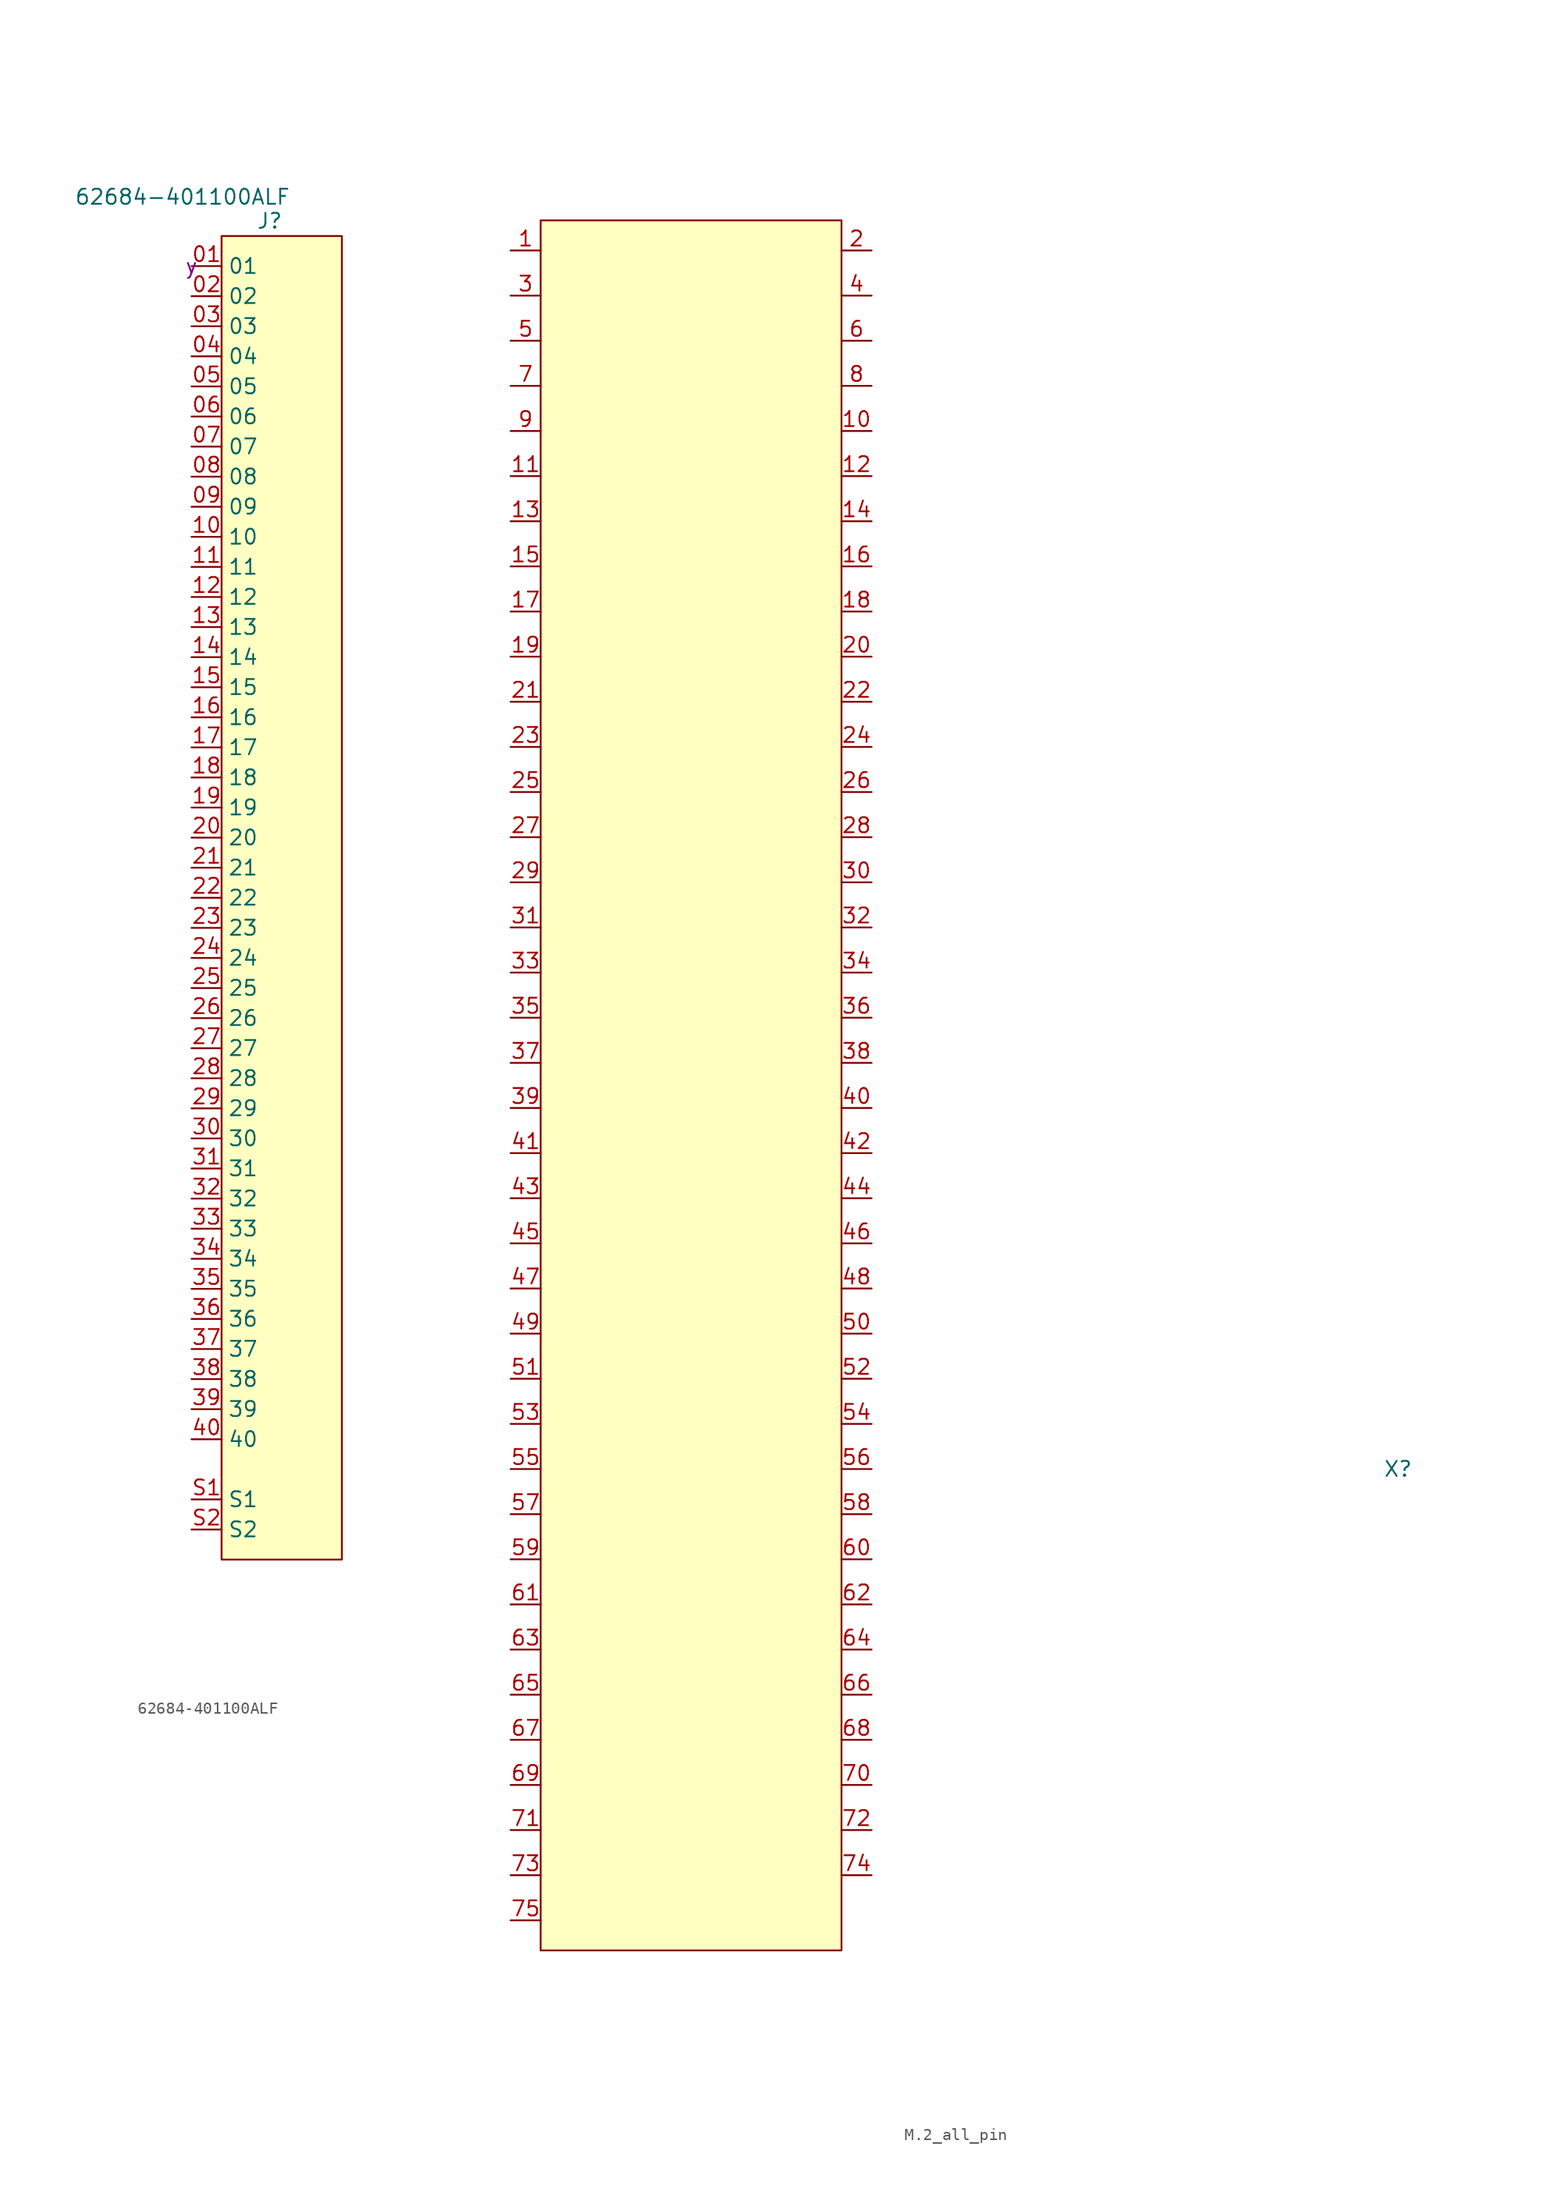
<source format=kicad_sym>
(kicad_symbol_lib
  (version 20231120)
  (generator "kicad_symbol_editor")
  (generator_version "8.0")
  (symbol "62684-401100ALF"
    (property "Reference" "J"
      (at 6.604 3.81 0)
      (effects (font (size 1.27 1.27))))
    (property "Value" "62684-401100ALF"
      (at -0.762 5.842 0)
      (effects (font (size 1.27 1.27))))
    (property "SMT" "y"
      (at 0 0 0)
      (effects (font (size 1.27 1.27))))
    (symbol "62684-401100ALF_0_0"
      (pin passive line (at 0 0 0) (length 2.54) (name "01" (effects (font (size 1.27 1.27)))) (number "01" (effects (font (size 1.27 1.27)))))
      (pin passive line (at 0 -2.54 0) (length 2.54) (name "02" (effects (font (size 1.27 1.27)))) (number "02" (effects (font (size 1.27 1.27)))))
      (pin passive line (at 0 -5.08 0) (length 2.54) (name "03" (effects (font (size 1.27 1.27)))) (number "03" (effects (font (size 1.27 1.27)))))
      (pin passive line (at 0 -7.62 0) (length 2.54) (name "04" (effects (font (size 1.27 1.27)))) (number "04" (effects (font (size 1.27 1.27)))))
      (pin passive line (at 0 -10.16 0) (length 2.54) (name "05" (effects (font (size 1.27 1.27)))) (number "05" (effects (font (size 1.27 1.27)))))
      (pin passive line (at 0 -12.7 0) (length 2.54) (name "06" (effects (font (size 1.27 1.27)))) (number "06" (effects (font (size 1.27 1.27)))))
      (pin passive line (at 0 -15.24 0) (length 2.54) (name "07" (effects (font (size 1.27 1.27)))) (number "07" (effects (font (size 1.27 1.27)))))
      (pin passive line (at 0 -17.78 0) (length 2.54) (name "08" (effects (font (size 1.27 1.27)))) (number "08" (effects (font (size 1.27 1.27)))))
      (pin passive line (at 0 -20.32 0) (length 2.54) (name "09" (effects (font (size 1.27 1.27)))) (number "09" (effects (font (size 1.27 1.27)))))
      (pin passive line (at 0 -22.86 0) (length 2.54) (name "10" (effects (font (size 1.27 1.27)))) (number "10" (effects (font (size 1.27 1.27)))))
      (pin passive line (at 0 -25.4 0) (length 2.54) (name "11" (effects (font (size 1.27 1.27)))) (number "11" (effects (font (size 1.27 1.27)))))
      (pin passive line (at 0 -27.94 0) (length 2.54) (name "12" (effects (font (size 1.27 1.27)))) (number "12" (effects (font (size 1.27 1.27)))))
      (pin passive line (at 0 -30.48 0) (length 2.54) (name "13" (effects (font (size 1.27 1.27)))) (number "13" (effects (font (size 1.27 1.27)))))
      (pin passive line (at 0 -33.02 0) (length 2.54) (name "14" (effects (font (size 1.27 1.27)))) (number "14" (effects (font (size 1.27 1.27)))))
      (pin passive line (at 0 -35.56 0) (length 2.54) (name "15" (effects (font (size 1.27 1.27)))) (number "15" (effects (font (size 1.27 1.27)))))
      (pin passive line (at 0 -38.1 0) (length 2.54) (name "16" (effects (font (size 1.27 1.27)))) (number "16" (effects (font (size 1.27 1.27)))))
      (pin passive line (at 0 -40.64 0) (length 2.54) (name "17" (effects (font (size 1.27 1.27)))) (number "17" (effects (font (size 1.27 1.27)))))
      (pin passive line (at 0 -43.18 0) (length 2.54) (name "18" (effects (font (size 1.27 1.27)))) (number "18" (effects (font (size 1.27 1.27)))))
      (pin passive line (at 0 -45.72 0) (length 2.54) (name "19" (effects (font (size 1.27 1.27)))) (number "19" (effects (font (size 1.27 1.27)))))
      (pin passive line (at 0 -48.26 0) (length 2.54) (name "20" (effects (font (size 1.27 1.27)))) (number "20" (effects (font (size 1.27 1.27)))))
      (pin passive line (at 0 -50.8 0) (length 2.54) (name "21" (effects (font (size 1.27 1.27)))) (number "21" (effects (font (size 1.27 1.27)))))
      (pin passive line (at 0 -53.34 0) (length 2.54) (name "22" (effects (font (size 1.27 1.27)))) (number "22" (effects (font (size 1.27 1.27)))))
      (pin passive line (at 0 -55.88 0) (length 2.54) (name "23" (effects (font (size 1.27 1.27)))) (number "23" (effects (font (size 1.27 1.27)))))
      (pin passive line (at 0 -58.42 0) (length 2.54) (name "24" (effects (font (size 1.27 1.27)))) (number "24" (effects (font (size 1.27 1.27)))))
      (pin passive line (at 0 -60.96 0) (length 2.54) (name "25" (effects (font (size 1.27 1.27)))) (number "25" (effects (font (size 1.27 1.27)))))
      (pin passive line (at 0 -63.5 0) (length 2.54) (name "26" (effects (font (size 1.27 1.27)))) (number "26" (effects (font (size 1.27 1.27)))))
      (pin passive line (at 0 -66.04 0) (length 2.54) (name "27" (effects (font (size 1.27 1.27)))) (number "27" (effects (font (size 1.27 1.27)))))
      (pin passive line (at 0 -68.58 0) (length 2.54) (name "28" (effects (font (size 1.27 1.27)))) (number "28" (effects (font (size 1.27 1.27)))))
      (pin passive line (at 0 -71.12 0) (length 2.54) (name "29" (effects (font (size 1.27 1.27)))) (number "29" (effects (font (size 1.27 1.27)))))
      (pin passive line (at 0 -73.66 0) (length 2.54) (name "30" (effects (font (size 1.27 1.27)))) (number "30" (effects (font (size 1.27 1.27)))))
      (pin passive line (at 0 -76.2 0) (length 2.54) (name "31" (effects (font (size 1.27 1.27)))) (number "31" (effects (font (size 1.27 1.27)))))
      (pin passive line (at 0 -78.74 0) (length 2.54) (name "32" (effects (font (size 1.27 1.27)))) (number "32" (effects (font (size 1.27 1.27)))))
      (pin passive line (at 0 -81.28 0) (length 2.54) (name "33" (effects (font (size 1.27 1.27)))) (number "33" (effects (font (size 1.27 1.27)))))
      (pin passive line (at 0 -83.82 0) (length 2.54) (name "34" (effects (font (size 1.27 1.27)))) (number "34" (effects (font (size 1.27 1.27)))))
      (pin passive line (at 0 -86.36 0) (length 2.54) (name "35" (effects (font (size 1.27 1.27)))) (number "35" (effects (font (size 1.27 1.27)))))
      (pin passive line (at 0 -88.9 0) (length 2.54) (name "36" (effects (font (size 1.27 1.27)))) (number "36" (effects (font (size 1.27 1.27)))))
      (pin passive line (at 0 -91.44 0) (length 2.54) (name "37" (effects (font (size 1.27 1.27)))) (number "37" (effects (font (size 1.27 1.27)))))
      (pin passive line (at 0 -93.98 0) (length 2.54) (name "38" (effects (font (size 1.27 1.27)))) (number "38" (effects (font (size 1.27 1.27)))))
      (pin passive line (at 0 -96.52 0) (length 2.54) (name "39" (effects (font (size 1.27 1.27)))) (number "39" (effects (font (size 1.27 1.27)))))
      (pin passive line (at 0 -99.06 0) (length 2.54) (name "40" (effects (font (size 1.27 1.27)))) (number "40" (effects (font (size 1.27 1.27)))))
      (pin passive line (at 0 -104.14 0) (length 2.54) (name "S1" (effects (font (size 1.27 1.27)))) (number "S1" (effects (font (size 1.27 1.27)))))
      (pin passive line (at 0 -106.68 0) (length 2.54) (name "S2" (effects (font (size 1.27 1.27)))) (number "S2" (effects (font (size 1.27 1.27))))))
    (symbol "62684-401100ALF_0_1"
      (rectangle (start 2.54 2.54) (end 12.7 -109.22) (stroke (width 0) (type default)) (fill (type background)))))
  (symbol "M.2_all_pin"
    (property "Reference" "X"
      (at 59.69 -64.77 0)
      (effects (font (size 1.27 1.27))))
    (property "Value" ""
      (at 59.69 -64.77 0)
      (effects (font (size 1.27 1.27))))
    (symbol "M.2_all_pin_0_0"
      (pin unspecified line (at -15.24 38.1 0) (length 2.54) (name "" (effects (font (size 1.27 1.27)))) (number "1" (effects (font (size 1.27 1.27)))))
      (pin unspecified line (at 15.24 22.86 180) (length 2.54) (name "" (effects (font (size 1.27 1.27)))) (number "10" (effects (font (size 1.27 1.27)))))
      (pin unspecified line (at -15.24 19.05 0) (length 2.54) (name "" (effects (font (size 1.27 1.27)))) (number "11" (effects (font (size 1.27 1.27)))))
      (pin unspecified line (at 15.24 19.05 180) (length 2.54) (name "" (effects (font (size 1.27 1.27)))) (number "12" (effects (font (size 1.27 1.27)))))
      (pin unspecified line (at -15.24 15.24 0) (length 2.54) (name "" (effects (font (size 1.27 1.27)))) (number "13" (effects (font (size 1.27 1.27)))))
      (pin unspecified line (at 15.24 15.24 180) (length 2.54) (name "" (effects (font (size 1.27 1.27)))) (number "14" (effects (font (size 1.27 1.27)))))
      (pin unspecified line (at -15.24 11.43 0) (length 2.54) (name "" (effects (font (size 1.27 1.27)))) (number "15" (effects (font (size 1.27 1.27)))))
      (pin unspecified line (at 15.24 11.43 180) (length 2.54) (name "" (effects (font (size 1.27 1.27)))) (number "16" (effects (font (size 1.27 1.27)))))
      (pin unspecified line (at -15.24 7.62 0) (length 2.54) (name "" (effects (font (size 1.27 1.27)))) (number "17" (effects (font (size 1.27 1.27)))))
      (pin unspecified line (at 15.24 7.62 180) (length 2.54) (name "" (effects (font (size 1.27 1.27)))) (number "18" (effects (font (size 1.27 1.27)))))
      (pin unspecified line (at -15.24 3.81 0) (length 2.54) (name "" (effects (font (size 1.27 1.27)))) (number "19" (effects (font (size 1.27 1.27)))))
      (pin unspecified line (at 15.24 38.1 180) (length 2.54) (name "" (effects (font (size 1.27 1.27)))) (number "2" (effects (font (size 1.27 1.27)))))
      (pin unspecified line (at 15.24 3.81 180) (length 2.54) (name "" (effects (font (size 1.27 1.27)))) (number "20" (effects (font (size 1.27 1.27)))))
      (pin unspecified line (at -15.24 0 0) (length 2.54) (name "" (effects (font (size 1.27 1.27)))) (number "21" (effects (font (size 1.27 1.27)))))
      (pin unspecified line (at 15.24 0 180) (length 2.54) (name "" (effects (font (size 1.27 1.27)))) (number "22" (effects (font (size 1.27 1.27)))))
      (pin unspecified line (at -15.24 -3.81 0) (length 2.54) (name "" (effects (font (size 1.27 1.27)))) (number "23" (effects (font (size 1.27 1.27)))))
      (pin unspecified line (at 15.24 -3.81 180) (length 2.54) (name "" (effects (font (size 1.27 1.27)))) (number "24" (effects (font (size 1.27 1.27)))))
      (pin unspecified line (at -15.24 -7.62 0) (length 2.54) (name "" (effects (font (size 1.27 1.27)))) (number "25" (effects (font (size 1.27 1.27)))))
      (pin unspecified line (at 15.24 -7.62 180) (length 2.54) (name "" (effects (font (size 1.27 1.27)))) (number "26" (effects (font (size 1.27 1.27)))))
      (pin unspecified line (at -15.24 -11.43 0) (length 2.54) (name "" (effects (font (size 1.27 1.27)))) (number "27" (effects (font (size 1.27 1.27)))))
      (pin unspecified line (at 15.24 -11.43 180) (length 2.54) (name "" (effects (font (size 1.27 1.27)))) (number "28" (effects (font (size 1.27 1.27)))))
      (pin unspecified line (at -15.24 -15.24 0) (length 2.54) (name "" (effects (font (size 1.27 1.27)))) (number "29" (effects (font (size 1.27 1.27)))))
      (pin unspecified line (at -15.24 34.29 0) (length 2.54) (name "" (effects (font (size 1.27 1.27)))) (number "3" (effects (font (size 1.27 1.27)))))
      (pin unspecified line (at 15.24 -15.24 180) (length 2.54) (name "" (effects (font (size 1.27 1.27)))) (number "30" (effects (font (size 1.27 1.27)))))
      (pin unspecified line (at -15.24 -19.05 0) (length 2.54) (name "" (effects (font (size 1.27 1.27)))) (number "31" (effects (font (size 1.27 1.27)))))
      (pin unspecified line (at 15.24 -19.05 180) (length 2.54) (name "" (effects (font (size 1.27 1.27)))) (number "32" (effects (font (size 1.27 1.27)))))
      (pin unspecified line (at -15.24 -22.86 0) (length 2.54) (name "" (effects (font (size 1.27 1.27)))) (number "33" (effects (font (size 1.27 1.27)))))
      (pin unspecified line (at 15.24 -22.86 180) (length 2.54) (name "" (effects (font (size 1.27 1.27)))) (number "34" (effects (font (size 1.27 1.27)))))
      (pin unspecified line (at -15.24 -26.67 0) (length 2.54) (name "" (effects (font (size 1.27 1.27)))) (number "35" (effects (font (size 1.27 1.27)))))
      (pin unspecified line (at 15.24 -26.67 180) (length 2.54) (name "" (effects (font (size 1.27 1.27)))) (number "36" (effects (font (size 1.27 1.27)))))
      (pin unspecified line (at -15.24 -30.48 0) (length 2.54) (name "" (effects (font (size 1.27 1.27)))) (number "37" (effects (font (size 1.27 1.27)))))
      (pin unspecified line (at 15.24 -30.48 180) (length 2.54) (name "" (effects (font (size 1.27 1.27)))) (number "38" (effects (font (size 1.27 1.27)))))
      (pin unspecified line (at 15.24 34.29 180) (length 2.54) (name "" (effects (font (size 1.27 1.27)))) (number "4" (effects (font (size 1.27 1.27)))))
      (pin unspecified line (at -15.24 30.48 0) (length 2.54) (name "" (effects (font (size 1.27 1.27)))) (number "5" (effects (font (size 1.27 1.27)))))
      (pin unspecified line (at 15.24 30.48 180) (length 2.54) (name "" (effects (font (size 1.27 1.27)))) (number "6" (effects (font (size 1.27 1.27)))))
      (pin unspecified line (at -15.24 26.67 0) (length 2.54) (name "" (effects (font (size 1.27 1.27)))) (number "7" (effects (font (size 1.27 1.27)))))
      (pin unspecified line (at 15.24 26.67 180) (length 2.54) (name "" (effects (font (size 1.27 1.27)))) (number "8" (effects (font (size 1.27 1.27)))))
      (pin unspecified line (at -15.24 22.86 0) (length 2.54) (name "" (effects (font (size 1.27 1.27)))) (number "9" (effects (font (size 1.27 1.27))))))
    (symbol "M.2_all_pin_1_0"
      (pin unspecified line (at -15.24 -34.29 0) (length 2.54) (name "" (effects (font (size 1.27 1.27)))) (number "39" (effects (font (size 1.27 1.27)))))
      (pin unspecified line (at 15.24 -34.29 180) (length 2.54) (name "" (effects (font (size 1.27 1.27)))) (number "40" (effects (font (size 1.27 1.27)))))
      (pin unspecified line (at -15.24 -38.1 0) (length 2.54) (name "" (effects (font (size 1.27 1.27)))) (number "41" (effects (font (size 1.27 1.27)))))
      (pin unspecified line (at 15.24 -38.1 180) (length 2.54) (name "" (effects (font (size 1.27 1.27)))) (number "42" (effects (font (size 1.27 1.27)))))
      (pin unspecified line (at -15.24 -41.91 0) (length 2.54) (name "" (effects (font (size 1.27 1.27)))) (number "43" (effects (font (size 1.27 1.27)))))
      (pin unspecified line (at 15.24 -41.91 180) (length 2.54) (name "" (effects (font (size 1.27 1.27)))) (number "44" (effects (font (size 1.27 1.27)))))
      (pin unspecified line (at -15.24 -45.72 0) (length 2.54) (name "" (effects (font (size 1.27 1.27)))) (number "45" (effects (font (size 1.27 1.27)))))
      (pin unspecified line (at 15.24 -45.72 180) (length 2.54) (name "" (effects (font (size 1.27 1.27)))) (number "46" (effects (font (size 1.27 1.27)))))
      (pin unspecified line (at -15.24 -49.53 0) (length 2.54) (name "" (effects (font (size 1.27 1.27)))) (number "47" (effects (font (size 1.27 1.27)))))
      (pin unspecified line (at 15.24 -49.53 180) (length 2.54) (name "" (effects (font (size 1.27 1.27)))) (number "48" (effects (font (size 1.27 1.27)))))
      (pin unspecified line (at -15.24 -53.34 0) (length 2.54) (name "" (effects (font (size 1.27 1.27)))) (number "49" (effects (font (size 1.27 1.27)))))
      (pin unspecified line (at 15.24 -53.34 180) (length 2.54) (name "" (effects (font (size 1.27 1.27)))) (number "50" (effects (font (size 1.27 1.27)))))
      (pin unspecified line (at -15.24 -57.15 0) (length 2.54) (name "" (effects (font (size 1.27 1.27)))) (number "51" (effects (font (size 1.27 1.27)))))
      (pin unspecified line (at 15.24 -57.15 180) (length 2.54) (name "" (effects (font (size 1.27 1.27)))) (number "52" (effects (font (size 1.27 1.27)))))
      (pin unspecified line (at -15.24 -60.96 0) (length 2.54) (name "" (effects (font (size 1.27 1.27)))) (number "53" (effects (font (size 1.27 1.27)))))
      (pin unspecified line (at 15.24 -60.96 180) (length 2.54) (name "" (effects (font (size 1.27 1.27)))) (number "54" (effects (font (size 1.27 1.27)))))
      (pin unspecified line (at -15.24 -64.77 0) (length 2.54) (name "" (effects (font (size 1.27 1.27)))) (number "55" (effects (font (size 1.27 1.27)))))
      (pin unspecified line (at 15.24 -64.77 180) (length 2.54) (name "" (effects (font (size 1.27 1.27)))) (number "56" (effects (font (size 1.27 1.27)))))
      (pin unspecified line (at -15.24 -68.58 0) (length 2.54) (name "" (effects (font (size 1.27 1.27)))) (number "57" (effects (font (size 1.27 1.27)))))
      (pin unspecified line (at 15.24 -68.58 180) (length 2.54) (name "" (effects (font (size 1.27 1.27)))) (number "58" (effects (font (size 1.27 1.27)))))
      (pin unspecified line (at -15.24 -72.39 0) (length 2.54) (name "" (effects (font (size 1.27 1.27)))) (number "59" (effects (font (size 1.27 1.27)))))
      (pin unspecified line (at 15.24 -72.39 180) (length 2.54) (name "" (effects (font (size 1.27 1.27)))) (number "60" (effects (font (size 1.27 1.27)))))
      (pin unspecified line (at -15.24 -76.2 0) (length 2.54) (name "" (effects (font (size 1.27 1.27)))) (number "61" (effects (font (size 1.27 1.27)))))
      (pin unspecified line (at 15.24 -76.2 180) (length 2.54) (name "" (effects (font (size 1.27 1.27)))) (number "62" (effects (font (size 1.27 1.27)))))
      (pin unspecified line (at -15.24 -80.01 0) (length 2.54) (name "" (effects (font (size 1.27 1.27)))) (number "63" (effects (font (size 1.27 1.27)))))
      (pin unspecified line (at 15.24 -80.01 180) (length 2.54) (name "" (effects (font (size 1.27 1.27)))) (number "64" (effects (font (size 1.27 1.27)))))
      (pin unspecified line (at -15.24 -83.82 0) (length 2.54) (name "" (effects (font (size 1.27 1.27)))) (number "65" (effects (font (size 1.27 1.27)))))
      (pin unspecified line (at 15.24 -83.82 180) (length 2.54) (name "" (effects (font (size 1.27 1.27)))) (number "66" (effects (font (size 1.27 1.27)))))
      (pin unspecified line (at -15.24 -87.63 0) (length 2.54) (name "" (effects (font (size 1.27 1.27)))) (number "67" (effects (font (size 1.27 1.27)))))
      (pin unspecified line (at 15.24 -87.63 180) (length 2.54) (name "" (effects (font (size 1.27 1.27)))) (number "68" (effects (font (size 1.27 1.27)))))
      (pin unspecified line (at -15.24 -91.44 0) (length 2.54) (name "" (effects (font (size 1.27 1.27)))) (number "69" (effects (font (size 1.27 1.27)))))
      (pin unspecified line (at 15.24 -91.44 180) (length 2.54) (name "" (effects (font (size 1.27 1.27)))) (number "70" (effects (font (size 1.27 1.27)))))
      (pin unspecified line (at -15.24 -95.25 0) (length 2.54) (name "" (effects (font (size 1.27 1.27)))) (number "71" (effects (font (size 1.27 1.27)))))
      (pin unspecified line (at 15.24 -95.25 180) (length 2.54) (name "" (effects (font (size 1.27 1.27)))) (number "72" (effects (font (size 1.27 1.27)))))
      (pin unspecified line (at -15.24 -99.06 0) (length 2.54) (name "" (effects (font (size 1.27 1.27)))) (number "73" (effects (font (size 1.27 1.27)))))
      (pin unspecified line (at 15.24 -99.06 180) (length 2.54) (name "" (effects (font (size 1.27 1.27)))) (number "74" (effects (font (size 1.27 1.27)))))
      (pin unspecified line (at -15.24 -102.87 0) (length 2.54) (name "" (effects (font (size 1.27 1.27)))) (number "75" (effects (font (size 1.27 1.27))))))
    (symbol "M.2_all_pin_1_1"
      (rectangle (start -12.7 40.64) (end 12.7 -105.41) (stroke (width 0) (type default)) (fill (type background))))))
</source>
